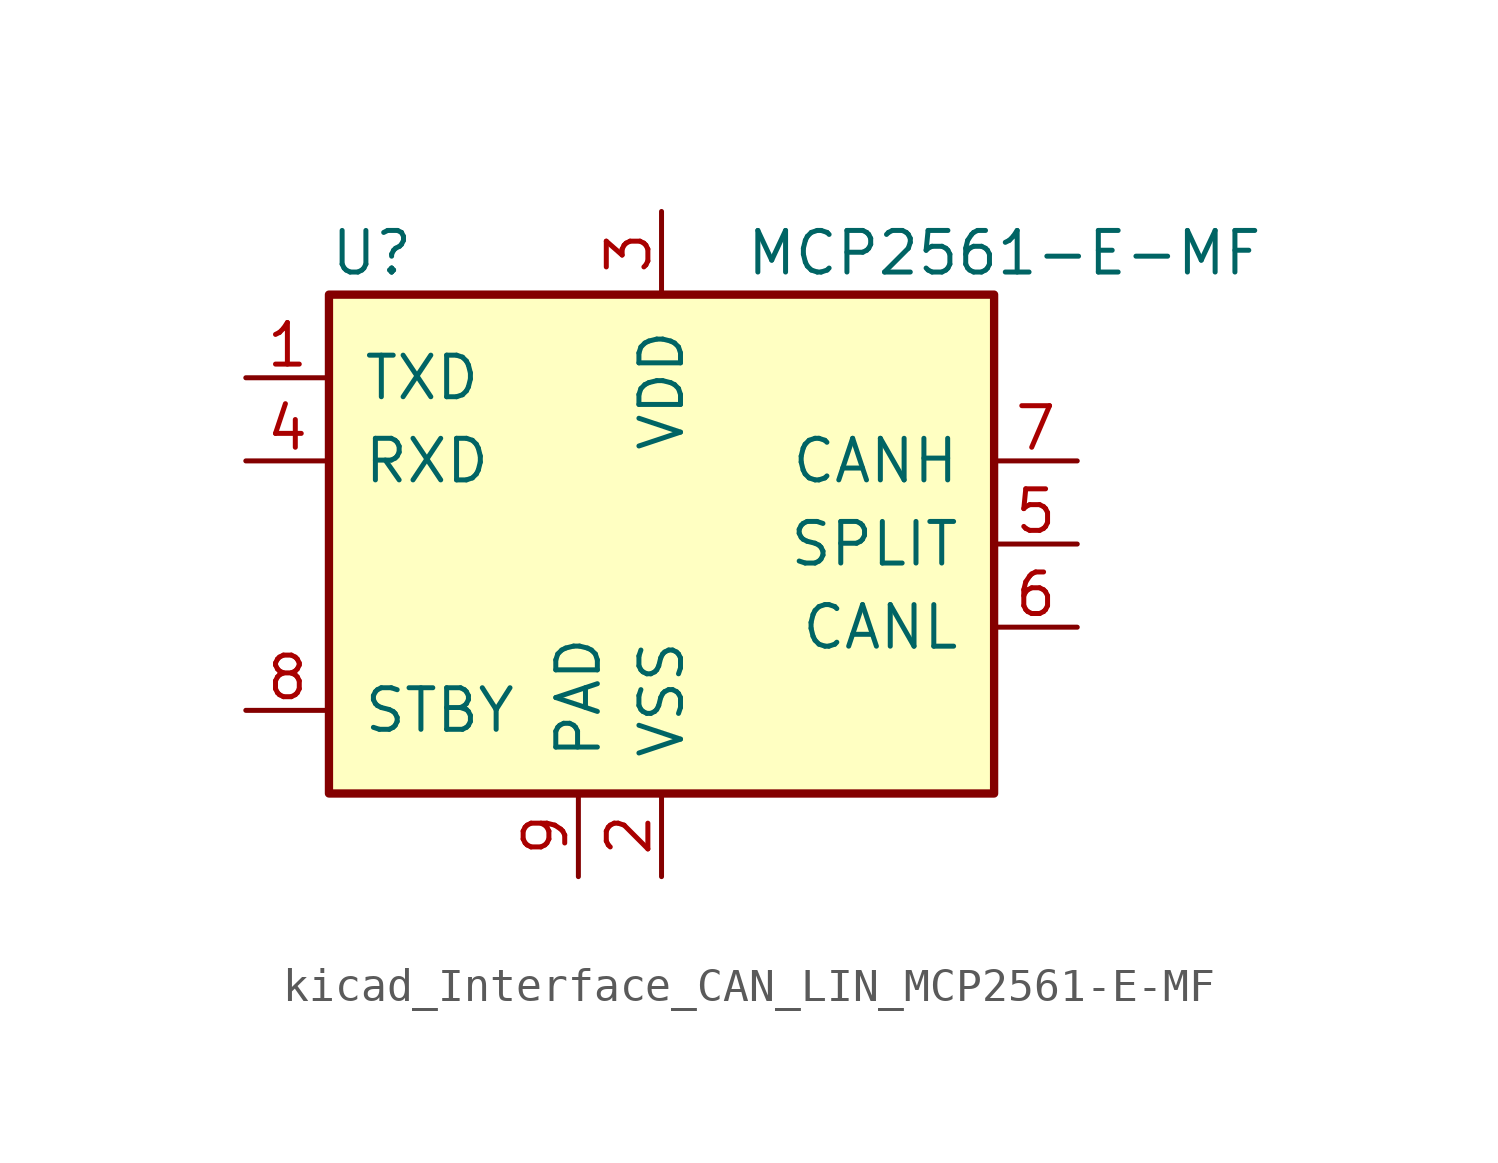
<source format=kicad_sym>
(kicad_symbol_lib
  (version 20220914)
  (generator kicad_symbol_editor)
  (symbol "kicad_Interface_CAN_LIN_MCP2561-E-MF"
    (pin_names
      (offset 1.016))
    (property "Reference" "U"
      (at -10.16 8.89 0)
      (effects (font (size 1.27 1.27)) (justify left)))
    (property "Value" "MCP2561-E-MF"
      (at 2.54 8.89 0)
      (effects (font (size 1.27 1.27)) (justify left)))
    (symbol "kicad_Interface_CAN_LIN_MCP2561-E-MF_0_1"
      (rectangle (start -10.16 7.62) (end 10.16 -7.62) (stroke (width 0.254) (type default)) (fill (type background))))
    (symbol "kicad_Interface_CAN_LIN_MCP2561-E-MF_1_1"
      (pin input line (at -12.7 5.08 0) (length 2.54) (name "TXD" (effects (font (size 1.27 1.27)))) (number "1" (effects (font (size 1.27 1.27)))))
      (pin power_in line (at 0 -10.16 90) (length 2.54) (name "VSS" (effects (font (size 1.27 1.27)))) (number "2" (effects (font (size 1.27 1.27)))))
      (pin power_in line (at 0 10.16 270) (length 2.54) (name "VDD" (effects (font (size 1.27 1.27)))) (number "3" (effects (font (size 1.27 1.27)))))
      (pin output line (at -12.7 2.54 0) (length 2.54) (name "RXD" (effects (font (size 1.27 1.27)))) (number "4" (effects (font (size 1.27 1.27)))))
      (pin passive line (at 12.7 0 180) (length 2.54) (name "SPLIT" (effects (font (size 1.27 1.27)))) (number "5" (effects (font (size 1.27 1.27)))))
      (pin bidirectional line (at 12.7 -2.54 180) (length 2.54) (name "CANL" (effects (font (size 1.27 1.27)))) (number "6" (effects (font (size 1.27 1.27)))))
      (pin bidirectional line (at 12.7 2.54 180) (length 2.54) (name "CANH" (effects (font (size 1.27 1.27)))) (number "7" (effects (font (size 1.27 1.27)))))
      (pin input line (at -12.7 -5.08 0) (length 2.54) (name "STBY" (effects (font (size 1.27 1.27)))) (number "8" (effects (font (size 1.27 1.27)))))
      (pin power_in line (at -2.54 -10.16 90) (length 2.54) (name "PAD" (effects (font (size 1.27 1.27)))) (number "9" (effects (font (size 1.27 1.27))))))))
</source>
